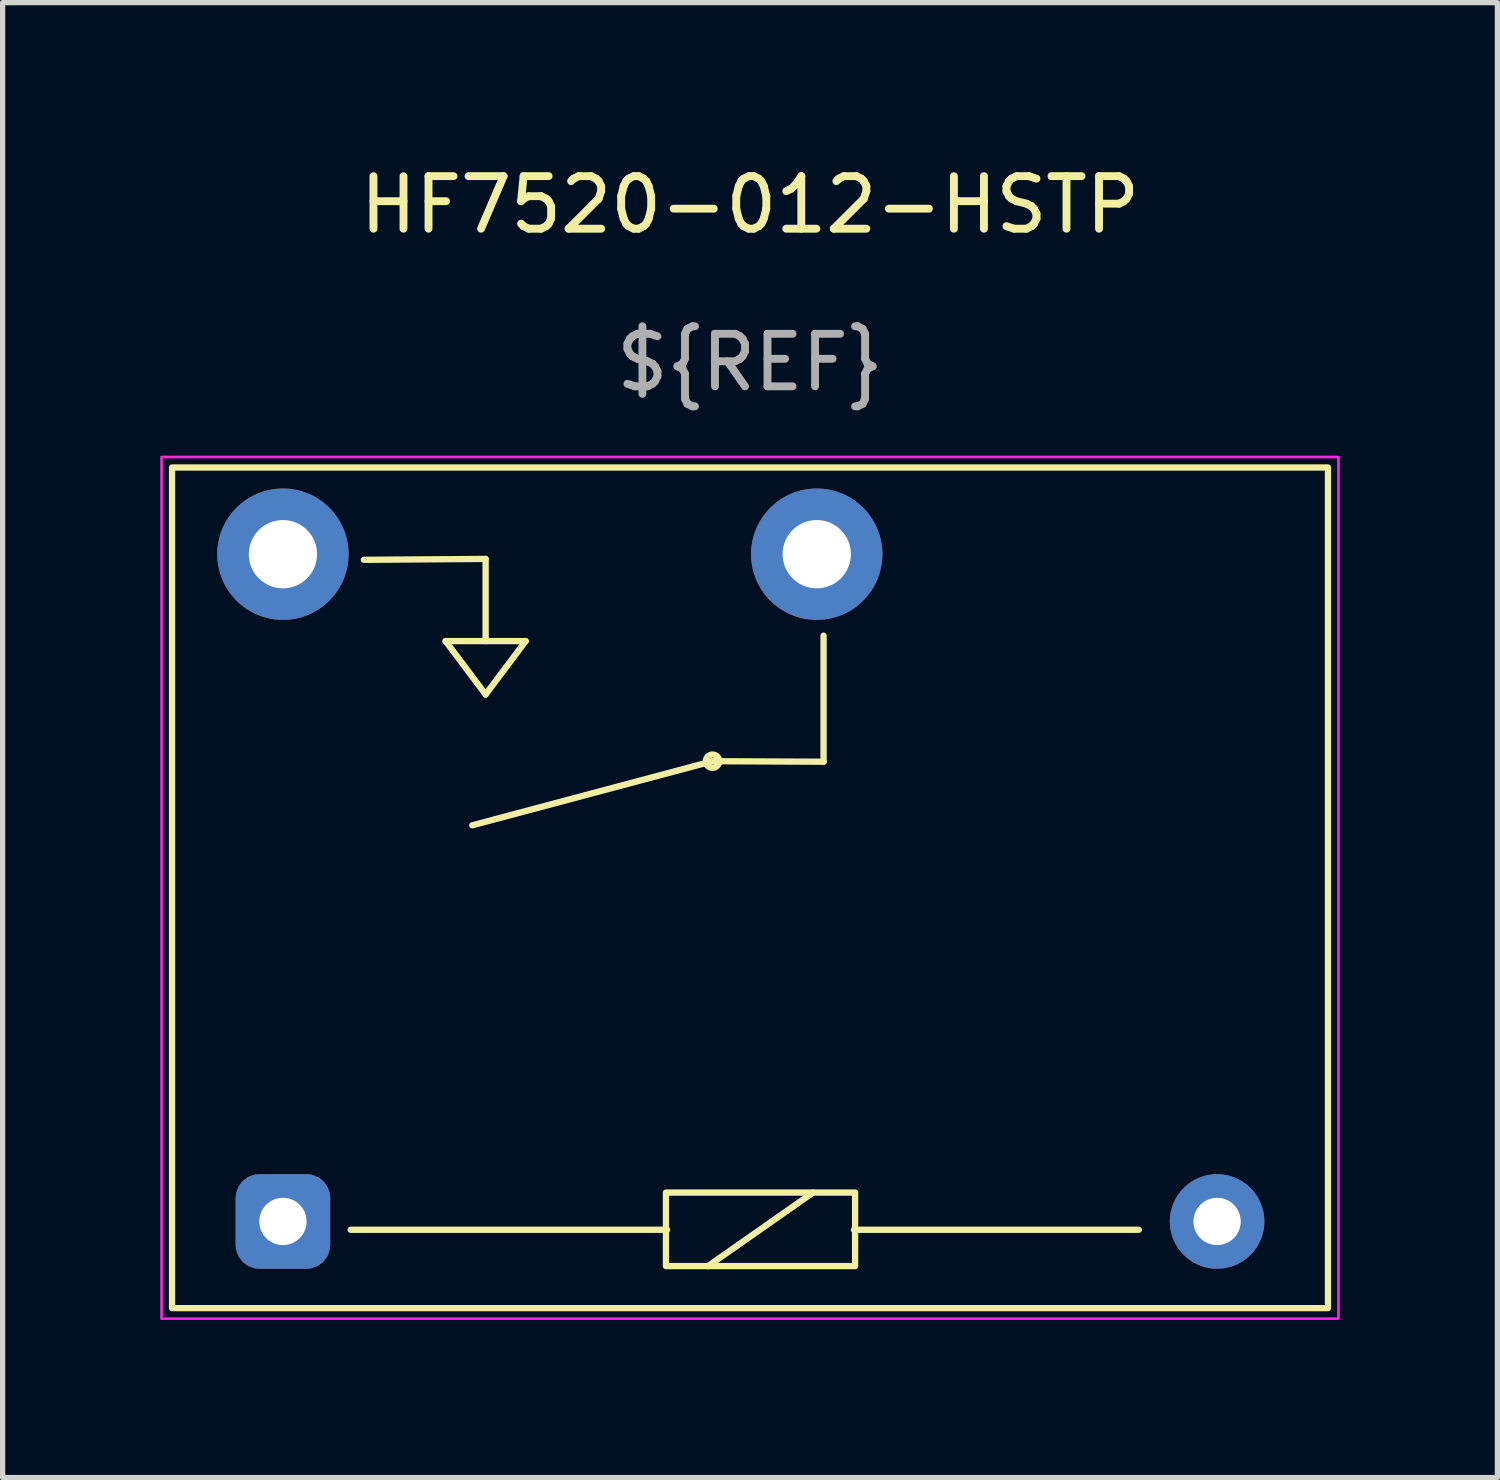
<source format=kicad_pcb>
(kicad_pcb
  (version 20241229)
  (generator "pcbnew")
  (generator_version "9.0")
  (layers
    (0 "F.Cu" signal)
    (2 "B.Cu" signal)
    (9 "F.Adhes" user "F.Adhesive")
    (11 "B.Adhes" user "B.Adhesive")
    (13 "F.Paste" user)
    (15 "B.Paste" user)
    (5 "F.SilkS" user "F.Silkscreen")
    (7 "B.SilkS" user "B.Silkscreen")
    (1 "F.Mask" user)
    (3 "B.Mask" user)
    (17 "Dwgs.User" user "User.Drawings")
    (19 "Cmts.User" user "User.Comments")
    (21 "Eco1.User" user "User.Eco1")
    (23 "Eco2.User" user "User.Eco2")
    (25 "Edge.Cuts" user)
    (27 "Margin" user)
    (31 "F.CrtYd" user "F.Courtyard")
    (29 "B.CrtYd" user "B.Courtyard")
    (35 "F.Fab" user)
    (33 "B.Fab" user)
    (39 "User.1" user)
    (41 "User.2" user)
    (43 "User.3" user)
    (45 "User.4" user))
  (footprint "HF7520-012-HSTP"
    (layer "F.Cu")
    (at 11.225 13.848)
    (property "Reference" "HF7520-012-HSTP" (at 0 -13 0) (unlocked yes) (layer "F.SilkS") (effects (font (size 1 1) (thickness 0.15))))
    (attr through_hole)
    (fp_line (start -5.794 -4.696) (end -5.032 -3.68) (stroke (width 0.12) (type solid)) (layer "F.SilkS"))
    (fp_line (start -5.032 -6.26) (end -7.35 -6.243) (stroke (width 0.12) (type solid)) (layer "F.SilkS"))
    (fp_line (start -5.032 -6.26) (end -5.032 -4.696) (stroke (width 0.12) (type solid)) (layer "F.SilkS"))
    (fp_line (start -5.032 -3.68) (end -4.27 -4.696) (stroke (width 0.12) (type solid)) (layer "F.SilkS"))
    (fp_line (start -4.27 -4.696) (end -5.794 -4.696) (stroke (width 0.12) (type solid)) (layer "F.SilkS"))
    (fp_line (start -1.578 6.508) (end -7.6 6.508) (stroke (width 0.12) (type solid)) (layer "F.SilkS"))
    (fp_line (start -0.714 -2.41) (end -5.286 -1.19) (stroke (width 0.12) (type solid)) (layer "F.SilkS"))
    (fp_line (start -0.714 -2.41) (end 1.4 -2.4) (stroke (width 0.12) (type solid)) (layer "F.SilkS"))
    (fp_line (start 1.2 5.8) (end -0.8 7.2) (stroke (width 0.12) (type solid)) (layer "F.SilkS"))
    (fp_line (start 1.4 -2.4) (end 1.4 -4.8) (stroke (width 0.12) (type solid)) (layer "F.SilkS"))
    (fp_line (start 7.4 6.508) (end 1.978 6.508) (stroke (width 0.12) (type solid)) (layer "F.SilkS"))
    (fp_rect (start -11 -8) (end 11 8) (stroke (width 0.12) (type solid)) (fill no) (layer "F.SilkS"))
    (fp_rect (start -1.6 5.8) (end 2 7.2) (stroke (width 0.12) (type solid)) (fill no) (layer "F.SilkS"))
    (fp_circle (center -0.714 -2.41) (end -0.841 -2.41) (stroke (width 0.12) (type solid)) (fill no) (layer "F.SilkS"))
    (fp_rect (start -11.2 -8.2) (end 11.2 8.2) (stroke (width 0.05) (type solid)) (fill no) (layer "F.CrtYd"))
    (fp_text user "${REF}" (at 0 -10 0) (unlocked yes) (layer "F.Fab") (effects (font (size 1 1) (thickness 0.15))))
    (pad "1" thru_hole roundrect (at -8.89 6.35) (size 1.8 1.8) (drill 0.9) (layers "*.Cu" "*.Mask") (roundrect_rratio 0.25))
    (pad "2" thru_hole circle (at 8.89 6.35) (size 1.8 1.8) (drill 0.9) (layers "*.Cu" "*.Mask"))
    (pad "3" thru_hole circle (at -8.89 -6.35) (size 2.5 2.5) (drill 1.3) (layers "*.Cu" "*.Mask"))
    (pad "4" thru_hole circle (at 1.27 -6.35) (size 2.5 2.5) (drill 1.3) (layers "*.Cu" "*.Mask")))
  (gr_rect
    (start -3 -3)
    (end 25.45 25.073)
    (stroke (width 0.1) (type default))
    (fill no)
    (layer "Edge.Cuts")))
</source>
